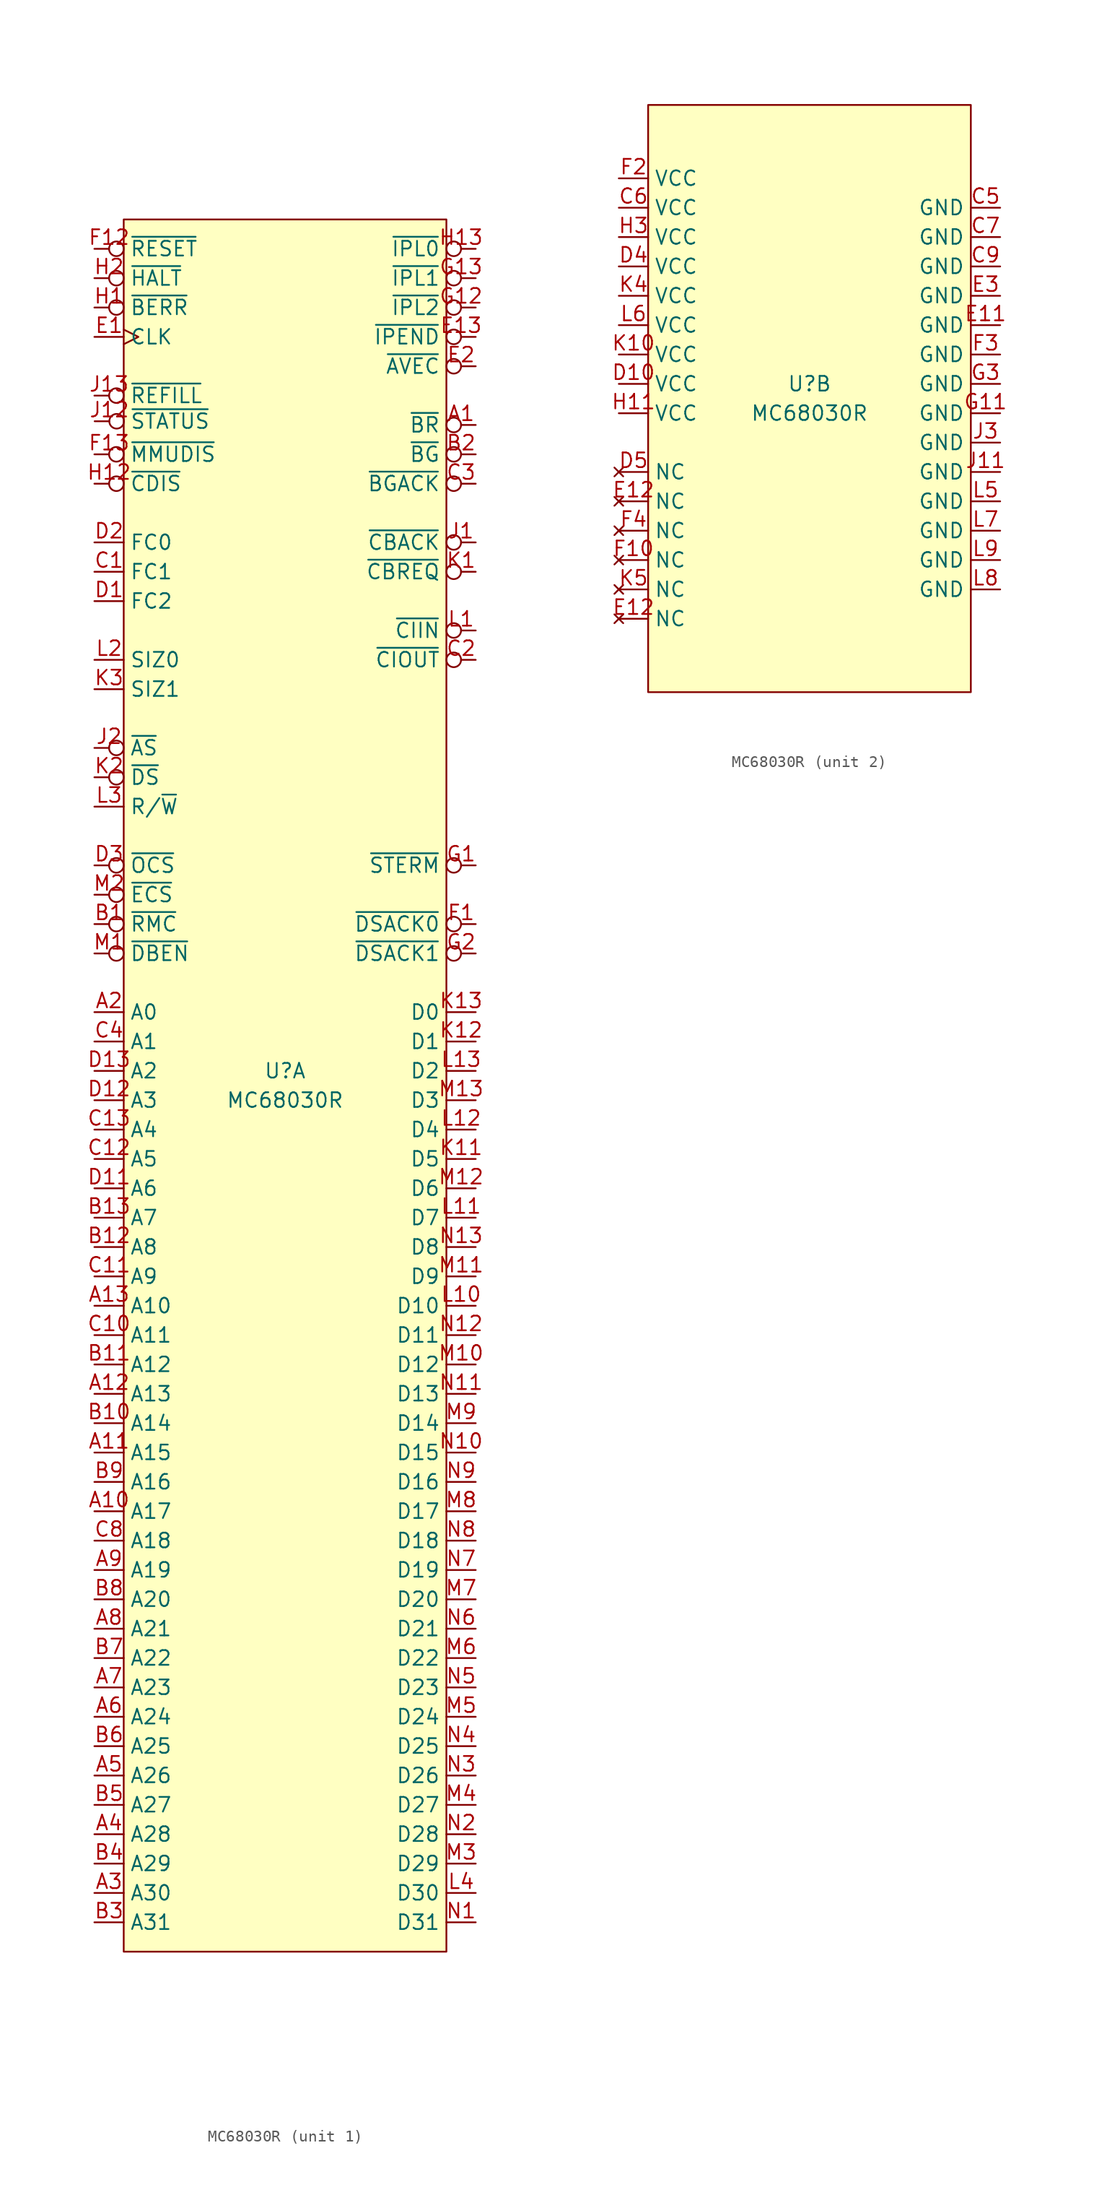
<source format=kicad_sym>
(kicad_symbol_lib
  (version 20220914)
  (generator kicad_symbol_editor)
  (symbol "MC68030R"
    (property "Reference" "U"
      (at 0 1.27 0)
      (effects (font (size 1.27 1.27))))
    (property "Value" "MC68030R"
      (at 0 -1.27 0)
      (effects (font (size 1.27 1.27))))
    (symbol "MC68030R_1_0"
      (pin input inverted (at 16.51 57.15 180) (length 2.54) (name "~{BR}" (effects (font (size 1.27 1.27)))) (number "A1" (effects (font (size 1.27 1.27)))))
      (pin output line (at -16.51 -36.83 0) (length 2.54) (name "A17" (effects (font (size 1.27 1.27)))) (number "A10" (effects (font (size 1.27 1.27)))))
      (pin output line (at -16.51 -31.75 0) (length 2.54) (name "A15" (effects (font (size 1.27 1.27)))) (number "A11" (effects (font (size 1.27 1.27)))))
      (pin output line (at -16.51 -26.67 0) (length 2.54) (name "A13" (effects (font (size 1.27 1.27)))) (number "A12" (effects (font (size 1.27 1.27)))))
      (pin output line (at -16.51 -19.05 0) (length 2.54) (name "A10" (effects (font (size 1.27 1.27)))) (number "A13" (effects (font (size 1.27 1.27)))))
      (pin output line (at -16.51 6.35 0) (length 2.54) (name "A0" (effects (font (size 1.27 1.27)))) (number "A2" (effects (font (size 1.27 1.27)))))
      (pin output line (at -16.51 -69.85 0) (length 2.54) (name "A30" (effects (font (size 1.27 1.27)))) (number "A3" (effects (font (size 1.27 1.27)))))
      (pin output line (at -16.51 -64.77 0) (length 2.54) (name "A28" (effects (font (size 1.27 1.27)))) (number "A4" (effects (font (size 1.27 1.27)))))
      (pin output line (at -16.51 -59.69 0) (length 2.54) (name "A26" (effects (font (size 1.27 1.27)))) (number "A5" (effects (font (size 1.27 1.27)))))
      (pin output line (at -16.51 -54.61 0) (length 2.54) (name "A24" (effects (font (size 1.27 1.27)))) (number "A6" (effects (font (size 1.27 1.27)))))
      (pin output line (at -16.51 -52.07 0) (length 2.54) (name "A23" (effects (font (size 1.27 1.27)))) (number "A7" (effects (font (size 1.27 1.27)))))
      (pin output line (at -16.51 -46.99 0) (length 2.54) (name "A21" (effects (font (size 1.27 1.27)))) (number "A8" (effects (font (size 1.27 1.27)))))
      (pin output line (at -16.51 -41.91 0) (length 2.54) (name "A19" (effects (font (size 1.27 1.27)))) (number "A9" (effects (font (size 1.27 1.27)))))
      (pin output inverted (at -16.51 13.97 0) (length 2.54) (name "~{RMC}" (effects (font (size 1.27 1.27)))) (number "B1" (effects (font (size 1.27 1.27)))))
      (pin output line (at -16.51 -29.21 0) (length 2.54) (name "A14" (effects (font (size 1.27 1.27)))) (number "B10" (effects (font (size 1.27 1.27)))))
      (pin output line (at -16.51 -24.13 0) (length 2.54) (name "A12" (effects (font (size 1.27 1.27)))) (number "B11" (effects (font (size 1.27 1.27)))))
      (pin output line (at -16.51 -13.97 0) (length 2.54) (name "A8" (effects (font (size 1.27 1.27)))) (number "B12" (effects (font (size 1.27 1.27)))))
      (pin output line (at -16.51 -11.43 0) (length 2.54) (name "A7" (effects (font (size 1.27 1.27)))) (number "B13" (effects (font (size 1.27 1.27)))))
      (pin output inverted (at 16.51 54.61 180) (length 2.54) (name "~{BG}" (effects (font (size 1.27 1.27)))) (number "B2" (effects (font (size 1.27 1.27)))))
      (pin output line (at -16.51 -72.39 0) (length 2.54) (name "A31" (effects (font (size 1.27 1.27)))) (number "B3" (effects (font (size 1.27 1.27)))))
      (pin output line (at -16.51 -67.31 0) (length 2.54) (name "A29" (effects (font (size 1.27 1.27)))) (number "B4" (effects (font (size 1.27 1.27)))))
      (pin output line (at -16.51 -62.23 0) (length 2.54) (name "A27" (effects (font (size 1.27 1.27)))) (number "B5" (effects (font (size 1.27 1.27)))))
      (pin output line (at -16.51 -57.15 0) (length 2.54) (name "A25" (effects (font (size 1.27 1.27)))) (number "B6" (effects (font (size 1.27 1.27)))))
      (pin output line (at -16.51 -49.53 0) (length 2.54) (name "A22" (effects (font (size 1.27 1.27)))) (number "B7" (effects (font (size 1.27 1.27)))))
      (pin output line (at -16.51 -44.45 0) (length 2.54) (name "A20" (effects (font (size 1.27 1.27)))) (number "B8" (effects (font (size 1.27 1.27)))))
      (pin output line (at -16.51 -34.29 0) (length 2.54) (name "A16" (effects (font (size 1.27 1.27)))) (number "B9" (effects (font (size 1.27 1.27)))))
      (pin output line (at -16.51 44.45 0) (length 2.54) (name "FC1" (effects (font (size 1.27 1.27)))) (number "C1" (effects (font (size 1.27 1.27)))))
      (pin output line (at -16.51 -21.59 0) (length 2.54) (name "A11" (effects (font (size 1.27 1.27)))) (number "C10" (effects (font (size 1.27 1.27)))))
      (pin output line (at -16.51 -16.51 0) (length 2.54) (name "A9" (effects (font (size 1.27 1.27)))) (number "C11" (effects (font (size 1.27 1.27)))))
      (pin output line (at -16.51 -6.35 0) (length 2.54) (name "A5" (effects (font (size 1.27 1.27)))) (number "C12" (effects (font (size 1.27 1.27)))))
      (pin output line (at -16.51 -3.81 0) (length 2.54) (name "A4" (effects (font (size 1.27 1.27)))) (number "C13" (effects (font (size 1.27 1.27)))))
      (pin output inverted (at 16.51 36.83 180) (length 2.54) (name "~{CIOUT}" (effects (font (size 1.27 1.27)))) (number "C2" (effects (font (size 1.27 1.27)))))
      (pin input inverted (at 16.51 52.07 180) (length 2.54) (name "~{BGACK}" (effects (font (size 1.27 1.27)))) (number "C3" (effects (font (size 1.27 1.27)))))
      (pin output line (at -16.51 3.81 0) (length 2.54) (name "A1" (effects (font (size 1.27 1.27)))) (number "C4" (effects (font (size 1.27 1.27)))))
      (pin output line (at -16.51 -39.37 0) (length 2.54) (name "A18" (effects (font (size 1.27 1.27)))) (number "C8" (effects (font (size 1.27 1.27)))))
      (pin output line (at -16.51 41.91 0) (length 2.54) (name "FC2" (effects (font (size 1.27 1.27)))) (number "D1" (effects (font (size 1.27 1.27)))))
      (pin output line (at -16.51 -8.89 0) (length 2.54) (name "A6" (effects (font (size 1.27 1.27)))) (number "D11" (effects (font (size 1.27 1.27)))))
      (pin output line (at -16.51 -1.27 0) (length 2.54) (name "A3" (effects (font (size 1.27 1.27)))) (number "D12" (effects (font (size 1.27 1.27)))))
      (pin output line (at -16.51 1.27 0) (length 2.54) (name "A2" (effects (font (size 1.27 1.27)))) (number "D13" (effects (font (size 1.27 1.27)))))
      (pin output line (at -16.51 46.99 0) (length 2.54) (name "FC0" (effects (font (size 1.27 1.27)))) (number "D2" (effects (font (size 1.27 1.27)))))
      (pin output inverted (at -16.51 19.05 0) (length 2.54) (name "~{OCS}" (effects (font (size 1.27 1.27)))) (number "D3" (effects (font (size 1.27 1.27)))))
      (pin input clock (at -16.51 64.77 0) (length 2.54) (name "CLK" (effects (font (size 1.27 1.27)))) (number "E1" (effects (font (size 1.27 1.27)))))
      (pin output inverted (at 16.51 64.77 180) (length 2.54) (name "~{IPEND}" (effects (font (size 1.27 1.27)))) (number "E13" (effects (font (size 1.27 1.27)))))
      (pin input inverted (at 16.51 62.23 180) (length 2.54) (name "~{AVEC}" (effects (font (size 1.27 1.27)))) (number "E2" (effects (font (size 1.27 1.27)))))
      (pin input inverted (at 16.51 13.97 180) (length 2.54) (name "~{DSACK0}" (effects (font (size 1.27 1.27)))) (number "F1" (effects (font (size 1.27 1.27)))))
      (pin bidirectional inverted (at -16.51 72.39 0) (length 2.54) (name "~{RESET}" (effects (font (size 1.27 1.27)))) (number "F12" (effects (font (size 1.27 1.27)))))
      (pin input inverted (at -16.51 54.61 0) (length 2.54) (name "~{MMUDIS}" (effects (font (size 1.27 1.27)))) (number "F13" (effects (font (size 1.27 1.27)))))
      (pin input inverted (at 16.51 19.05 180) (length 2.54) (name "~{STERM}" (effects (font (size 1.27 1.27)))) (number "G1" (effects (font (size 1.27 1.27)))))
      (pin input inverted (at 16.51 67.31 180) (length 2.54) (name "~{IPL2}" (effects (font (size 1.27 1.27)))) (number "G12" (effects (font (size 1.27 1.27)))))
      (pin input inverted (at 16.51 69.85 180) (length 2.54) (name "~{IPL1}" (effects (font (size 1.27 1.27)))) (number "G13" (effects (font (size 1.27 1.27)))))
      (pin input inverted (at 16.51 11.43 180) (length 2.54) (name "~{DSACK1}" (effects (font (size 1.27 1.27)))) (number "G2" (effects (font (size 1.27 1.27)))))
      (pin output inverted (at -16.51 67.31 0) (length 2.54) (name "~{BERR}" (effects (font (size 1.27 1.27)))) (number "H1" (effects (font (size 1.27 1.27)))))
      (pin input inverted (at -16.51 52.07 0) (length 2.54) (name "~{CDIS}" (effects (font (size 1.27 1.27)))) (number "H12" (effects (font (size 1.27 1.27)))))
      (pin input inverted (at 16.51 72.39 180) (length 2.54) (name "~{IPL0}" (effects (font (size 1.27 1.27)))) (number "H13" (effects (font (size 1.27 1.27)))))
      (pin input inverted (at -16.51 69.85 0) (length 2.54) (name "~{HALT}" (effects (font (size 1.27 1.27)))) (number "H2" (effects (font (size 1.27 1.27)))))
      (pin input inverted (at 16.51 46.99 180) (length 2.54) (name "~{CBACK}" (effects (font (size 1.27 1.27)))) (number "J1" (effects (font (size 1.27 1.27)))))
      (pin output inverted (at -16.488 57.47 0) (length 2.54) (name "~{STATUS}" (effects (font (size 1.27 1.27)))) (number "J12" (effects (font (size 1.27 1.27)))))
      (pin output inverted (at -16.51 59.69 0) (length 2.54) (name "~{REFILL}" (effects (font (size 1.27 1.27)))) (number "J13" (effects (font (size 1.27 1.27)))))
      (pin output inverted (at -16.51 29.21 0) (length 2.54) (name "~{AS}" (effects (font (size 1.27 1.27)))) (number "J2" (effects (font (size 1.27 1.27)))))
      (pin output inverted (at 16.51 44.45 180) (length 2.54) (name "~{CBREQ}" (effects (font (size 1.27 1.27)))) (number "K1" (effects (font (size 1.27 1.27)))))
      (pin bidirectional line (at 16.51 -6.35 180) (length 2.54) (name "D5" (effects (font (size 1.27 1.27)))) (number "K11" (effects (font (size 1.27 1.27)))))
      (pin bidirectional line (at 16.51 3.81 180) (length 2.54) (name "D1" (effects (font (size 1.27 1.27)))) (number "K12" (effects (font (size 1.27 1.27)))))
      (pin bidirectional line (at 16.51 6.35 180) (length 2.54) (name "D0" (effects (font (size 1.27 1.27)))) (number "K13" (effects (font (size 1.27 1.27)))))
      (pin output inverted (at -16.51 26.67 0) (length 2.54) (name "~{DS}" (effects (font (size 1.27 1.27)))) (number "K2" (effects (font (size 1.27 1.27)))))
      (pin output line (at -16.51 34.29 0) (length 2.54) (name "SIZ1" (effects (font (size 1.27 1.27)))) (number "K3" (effects (font (size 1.27 1.27)))))
      (pin input inverted (at 16.51 39.37 180) (length 2.54) (name "~{CIIN}" (effects (font (size 1.27 1.27)))) (number "L1" (effects (font (size 1.27 1.27)))))
      (pin bidirectional line (at 16.51 -19.05 180) (length 2.54) (name "D10" (effects (font (size 1.27 1.27)))) (number "L10" (effects (font (size 1.27 1.27)))))
      (pin bidirectional line (at 16.51 -11.43 180) (length 2.54) (name "D7" (effects (font (size 1.27 1.27)))) (number "L11" (effects (font (size 1.27 1.27)))))
      (pin bidirectional line (at 16.51 -3.81 180) (length 2.54) (name "D4" (effects (font (size 1.27 1.27)))) (number "L12" (effects (font (size 1.27 1.27)))))
      (pin bidirectional line (at 16.51 1.27 180) (length 2.54) (name "D2" (effects (font (size 1.27 1.27)))) (number "L13" (effects (font (size 1.27 1.27)))))
      (pin output line (at -16.51 36.83 0) (length 2.54) (name "SIZ0" (effects (font (size 1.27 1.27)))) (number "L2" (effects (font (size 1.27 1.27)))))
      (pin output line (at -16.51 24.13 0) (length 2.54) (name "R/~{W}" (effects (font (size 1.27 1.27)))) (number "L3" (effects (font (size 1.27 1.27)))))
      (pin bidirectional line (at 16.51 -69.85 180) (length 2.54) (name "D30" (effects (font (size 1.27 1.27)))) (number "L4" (effects (font (size 1.27 1.27)))))
      (pin output inverted (at -16.51 11.43 0) (length 2.54) (name "~{DBEN}" (effects (font (size 1.27 1.27)))) (number "M1" (effects (font (size 1.27 1.27)))))
      (pin bidirectional line (at 16.51 -24.13 180) (length 2.54) (name "D12" (effects (font (size 1.27 1.27)))) (number "M10" (effects (font (size 1.27 1.27)))))
      (pin bidirectional line (at 16.51 -16.51 180) (length 2.54) (name "D9" (effects (font (size 1.27 1.27)))) (number "M11" (effects (font (size 1.27 1.27)))))
      (pin bidirectional line (at 16.51 -8.89 180) (length 2.54) (name "D6" (effects (font (size 1.27 1.27)))) (number "M12" (effects (font (size 1.27 1.27)))))
      (pin bidirectional line (at 16.51 -1.27 180) (length 2.54) (name "D3" (effects (font (size 1.27 1.27)))) (number "M13" (effects (font (size 1.27 1.27)))))
      (pin output inverted (at -16.51 16.51 0) (length 2.54) (name "~{ECS}" (effects (font (size 1.27 1.27)))) (number "M2" (effects (font (size 1.27 1.27)))))
      (pin bidirectional line (at 16.51 -67.31 180) (length 2.54) (name "D29" (effects (font (size 1.27 1.27)))) (number "M3" (effects (font (size 1.27 1.27)))))
      (pin bidirectional line (at 16.51 -62.23 180) (length 2.54) (name "D27" (effects (font (size 1.27 1.27)))) (number "M4" (effects (font (size 1.27 1.27)))))
      (pin bidirectional line (at 16.51 -54.61 180) (length 2.54) (name "D24" (effects (font (size 1.27 1.27)))) (number "M5" (effects (font (size 1.27 1.27)))))
      (pin bidirectional line (at 16.51 -49.53 180) (length 2.54) (name "D22" (effects (font (size 1.27 1.27)))) (number "M6" (effects (font (size 1.27 1.27)))))
      (pin bidirectional line (at 16.51 -44.45 180) (length 2.54) (name "D20" (effects (font (size 1.27 1.27)))) (number "M7" (effects (font (size 1.27 1.27)))))
      (pin bidirectional line (at 16.51 -36.83 180) (length 2.54) (name "D17" (effects (font (size 1.27 1.27)))) (number "M8" (effects (font (size 1.27 1.27)))))
      (pin bidirectional line (at 16.51 -29.21 180) (length 2.54) (name "D14" (effects (font (size 1.27 1.27)))) (number "M9" (effects (font (size 1.27 1.27)))))
      (pin bidirectional line (at 16.51 -72.39 180) (length 2.54) (name "D31" (effects (font (size 1.27 1.27)))) (number "N1" (effects (font (size 1.27 1.27)))))
      (pin bidirectional line (at 16.51 -31.75 180) (length 2.54) (name "D15" (effects (font (size 1.27 1.27)))) (number "N10" (effects (font (size 1.27 1.27)))))
      (pin bidirectional line (at 16.51 -26.67 180) (length 2.54) (name "D13" (effects (font (size 1.27 1.27)))) (number "N11" (effects (font (size 1.27 1.27)))))
      (pin bidirectional line (at 16.51 -21.59 180) (length 2.54) (name "D11" (effects (font (size 1.27 1.27)))) (number "N12" (effects (font (size 1.27 1.27)))))
      (pin bidirectional line (at 16.51 -13.97 180) (length 2.54) (name "D8" (effects (font (size 1.27 1.27)))) (number "N13" (effects (font (size 1.27 1.27)))))
      (pin bidirectional line (at 16.51 -64.77 180) (length 2.54) (name "D28" (effects (font (size 1.27 1.27)))) (number "N2" (effects (font (size 1.27 1.27)))))
      (pin bidirectional line (at 16.51 -59.69 180) (length 2.54) (name "D26" (effects (font (size 1.27 1.27)))) (number "N3" (effects (font (size 1.27 1.27)))))
      (pin bidirectional line (at 16.51 -57.15 180) (length 2.54) (name "D25" (effects (font (size 1.27 1.27)))) (number "N4" (effects (font (size 1.27 1.27)))))
      (pin bidirectional line (at 16.51 -52.07 180) (length 2.54) (name "D23" (effects (font (size 1.27 1.27)))) (number "N5" (effects (font (size 1.27 1.27)))))
      (pin bidirectional line (at 16.51 -46.99 180) (length 2.54) (name "D21" (effects (font (size 1.27 1.27)))) (number "N6" (effects (font (size 1.27 1.27)))))
      (pin bidirectional line (at 16.51 -41.91 180) (length 2.54) (name "D19" (effects (font (size 1.27 1.27)))) (number "N7" (effects (font (size 1.27 1.27)))))
      (pin bidirectional line (at 16.51 -39.37 180) (length 2.54) (name "D18" (effects (font (size 1.27 1.27)))) (number "N8" (effects (font (size 1.27 1.27)))))
      (pin bidirectional line (at 16.51 -34.29 180) (length 2.54) (name "D16" (effects (font (size 1.27 1.27)))) (number "N9" (effects (font (size 1.27 1.27))))))
    (symbol "MC68030R_1_1"
      (rectangle (start -13.97 74.93) (end 13.97 -74.93) (stroke (width 0) (type default)) (fill (type background))))
    (symbol "MC68030R_2_0"
      (pin power_in line (at 16.51 16.51 180) (length 2.54) (name "GND" (effects (font (size 1.27 1.27)))) (number "C5" (effects (font (size 1.27 1.27)))))
      (pin power_in line (at -16.51 16.51 0) (length 2.54) (name "VCC" (effects (font (size 1.27 1.27)))) (number "C6" (effects (font (size 1.27 1.27)))))
      (pin power_in line (at 16.51 13.97 180) (length 2.54) (name "GND" (effects (font (size 1.27 1.27)))) (number "C7" (effects (font (size 1.27 1.27)))))
      (pin power_in line (at 16.51 11.43 180) (length 2.54) (name "GND" (effects (font (size 1.27 1.27)))) (number "C9" (effects (font (size 1.27 1.27)))))
      (pin power_in line (at -16.51 1.27 0) (length 2.54) (name "VCC" (effects (font (size 1.27 1.27)))) (number "D10" (effects (font (size 1.27 1.27)))))
      (pin power_in line (at -16.51 11.43 0) (length 2.54) (name "VCC" (effects (font (size 1.27 1.27)))) (number "D4" (effects (font (size 1.27 1.27)))))
      (pin no_connect line (at -16.51 -6.35 0) (length 2.54) (name "NC" (effects (font (size 1.27 1.27)))) (number "D5" (effects (font (size 1.27 1.27)))))
      (pin power_in line (at 16.51 6.35 180) (length 2.54) (name "GND" (effects (font (size 1.27 1.27)))) (number "E11" (effects (font (size 1.27 1.27)))))
      (pin no_connect line (at -16.51 -19.05 0) (length 2.54) (name "NC" (effects (font (size 1.27 1.27)))) (number "E12" (effects (font (size 1.27 1.27)))))
      (pin no_connect line (at -16.51 -8.89 0) (length 2.54) (name "NC" (effects (font (size 1.27 1.27)))) (number "E12" (effects (font (size 1.27 1.27)))))
      (pin power_in line (at 16.51 8.89 180) (length 2.54) (name "GND" (effects (font (size 1.27 1.27)))) (number "E3" (effects (font (size 1.27 1.27)))))
      (pin no_connect line (at -16.51 -13.97 0) (length 2.54) (name "NC" (effects (font (size 1.27 1.27)))) (number "F10" (effects (font (size 1.27 1.27)))))
      (pin power_in line (at -16.51 19.05 0) (length 2.54) (name "VCC" (effects (font (size 1.27 1.27)))) (number "F2" (effects (font (size 1.27 1.27)))))
      (pin power_in line (at 16.51 3.81 180) (length 2.54) (name "GND" (effects (font (size 1.27 1.27)))) (number "F3" (effects (font (size 1.27 1.27)))))
      (pin no_connect line (at -16.51 -11.43 0) (length 2.54) (name "NC" (effects (font (size 1.27 1.27)))) (number "F4" (effects (font (size 1.27 1.27)))))
      (pin power_in line (at 16.51 -1.27 180) (length 2.54) (name "GND" (effects (font (size 1.27 1.27)))) (number "G11" (effects (font (size 1.27 1.27)))))
      (pin power_in line (at 16.51 1.27 180) (length 2.54) (name "GND" (effects (font (size 1.27 1.27)))) (number "G3" (effects (font (size 1.27 1.27)))))
      (pin power_in line (at -16.51 -1.27 0) (length 2.54) (name "VCC" (effects (font (size 1.27 1.27)))) (number "H11" (effects (font (size 1.27 1.27)))))
      (pin power_in line (at -16.51 13.97 0) (length 2.54) (name "VCC" (effects (font (size 1.27 1.27)))) (number "H3" (effects (font (size 1.27 1.27)))))
      (pin power_in line (at 16.51 -6.35 180) (length 2.54) (name "GND" (effects (font (size 1.27 1.27)))) (number "J11" (effects (font (size 1.27 1.27)))))
      (pin power_in line (at 16.51 -3.81 180) (length 2.54) (name "GND" (effects (font (size 1.27 1.27)))) (number "J3" (effects (font (size 1.27 1.27)))))
      (pin power_in line (at -16.51 3.81 0) (length 2.54) (name "VCC" (effects (font (size 1.27 1.27)))) (number "K10" (effects (font (size 1.27 1.27)))))
      (pin power_in line (at -16.51 8.89 0) (length 2.54) (name "VCC" (effects (font (size 1.27 1.27)))) (number "K4" (effects (font (size 1.27 1.27)))))
      (pin no_connect line (at -16.51 -16.51 0) (length 2.54) (name "NC" (effects (font (size 1.27 1.27)))) (number "K5" (effects (font (size 1.27 1.27)))))
      (pin power_in line (at 16.51 -8.89 180) (length 2.54) (name "GND" (effects (font (size 1.27 1.27)))) (number "L5" (effects (font (size 1.27 1.27)))))
      (pin power_in line (at -16.51 6.35 0) (length 2.54) (name "VCC" (effects (font (size 1.27 1.27)))) (number "L6" (effects (font (size 1.27 1.27)))))
      (pin power_in line (at 16.51 -11.43 180) (length 2.54) (name "GND" (effects (font (size 1.27 1.27)))) (number "L7" (effects (font (size 1.27 1.27)))))
      (pin power_in line (at 16.51 -16.51 180) (length 2.54) (name "GND" (effects (font (size 1.27 1.27)))) (number "L8" (effects (font (size 1.27 1.27)))))
      (pin power_in line (at 16.51 -13.97 180) (length 2.54) (name "GND" (effects (font (size 1.27 1.27)))) (number "L9" (effects (font (size 1.27 1.27))))))
    (symbol "MC68030R_2_1"
      (rectangle (start -13.97 25.4) (end 13.97 -25.4) (stroke (width 0) (type default)) (fill (type background))))))
</source>
